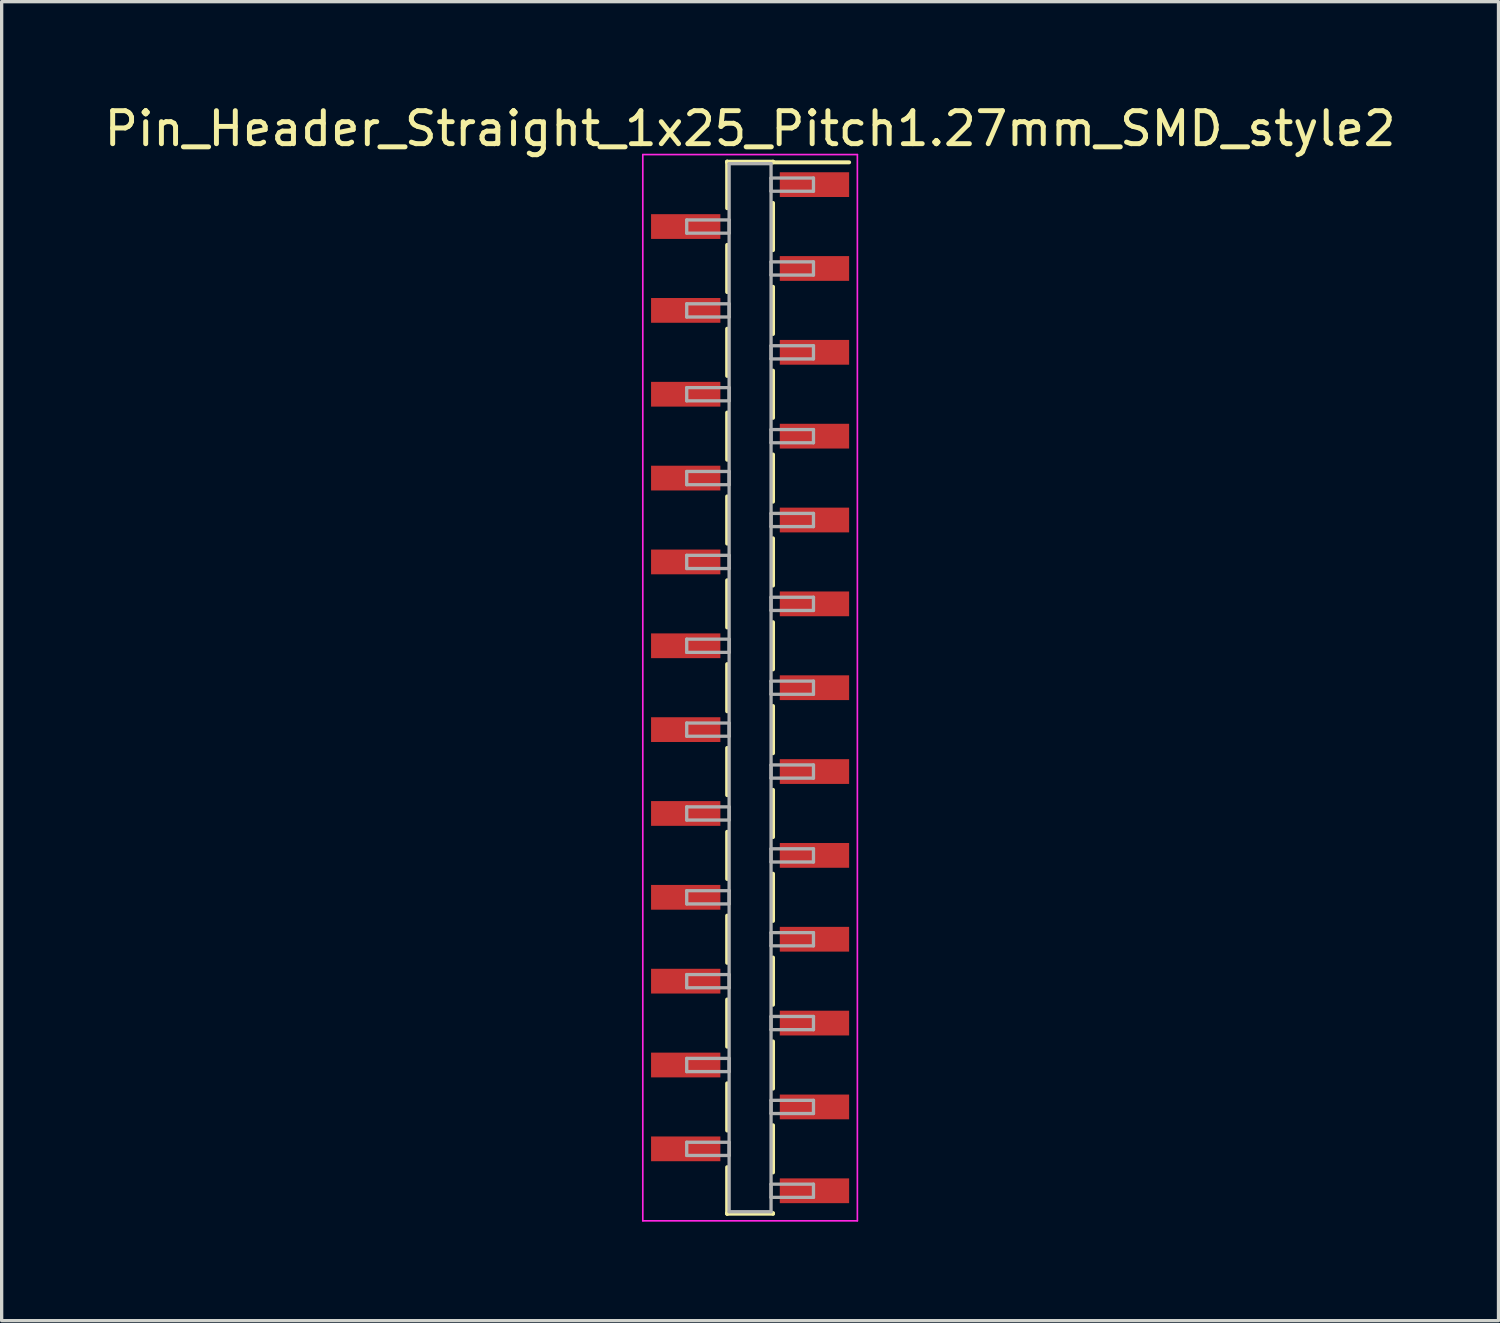
<source format=kicad_pcb>
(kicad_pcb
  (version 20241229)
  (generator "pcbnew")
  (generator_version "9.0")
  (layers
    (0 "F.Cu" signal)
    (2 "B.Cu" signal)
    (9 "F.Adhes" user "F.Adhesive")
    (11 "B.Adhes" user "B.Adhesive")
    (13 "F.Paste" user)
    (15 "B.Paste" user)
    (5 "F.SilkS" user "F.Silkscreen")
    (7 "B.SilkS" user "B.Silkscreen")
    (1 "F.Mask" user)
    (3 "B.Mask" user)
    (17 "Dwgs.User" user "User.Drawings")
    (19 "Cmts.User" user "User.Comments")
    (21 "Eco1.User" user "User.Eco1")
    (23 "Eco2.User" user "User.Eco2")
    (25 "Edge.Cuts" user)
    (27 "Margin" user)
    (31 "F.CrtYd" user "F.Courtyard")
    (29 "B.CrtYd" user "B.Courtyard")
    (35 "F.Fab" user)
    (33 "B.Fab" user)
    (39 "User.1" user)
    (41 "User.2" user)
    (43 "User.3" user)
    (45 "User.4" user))
  (footprint "Pin_Header_Straight_1x25_Pitch1.27mm_SMD_style2"
    (layer "F.Cu")
    (at 19.673 17.783)
    (property "Reference" "Pin_Header_Straight_1x25_Pitch1.27mm_SMD_style2" (at 0 -16.935 0) (layer "F.SilkS") (effects (font (size 1 1) (thickness 0.15))))
    (attr smd)
    (fp_line (start -0.695 -15.935) (end -0.695 -14.525) (stroke (width 0.12) (type solid)) (layer "F.SilkS"))
    (fp_line (start -0.695 -15.935) (end 0.695 -15.935) (stroke (width 0.12) (type solid)) (layer "F.SilkS"))
    (fp_line (start -0.695 -15.915) (end -0.695 -15.935) (stroke (width 0.12) (type solid)) (layer "F.SilkS"))
    (fp_line (start -0.695 -13.415) (end -0.695 -11.985) (stroke (width 0.12) (type solid)) (layer "F.SilkS"))
    (fp_line (start -0.695 -10.875) (end -0.695 -9.445) (stroke (width 0.12) (type solid)) (layer "F.SilkS"))
    (fp_line (start -0.695 -8.335) (end -0.695 -6.905) (stroke (width 0.12) (type solid)) (layer "F.SilkS"))
    (fp_line (start -0.695 -5.795) (end -0.695 -4.365) (stroke (width 0.12) (type solid)) (layer "F.SilkS"))
    (fp_line (start -0.695 -3.255) (end -0.695 -1.825) (stroke (width 0.12) (type solid)) (layer "F.SilkS"))
    (fp_line (start -0.695 -0.715) (end -0.695 0.715) (stroke (width 0.12) (type solid)) (layer "F.SilkS"))
    (fp_line (start -0.695 1.825) (end -0.695 3.255) (stroke (width 0.12) (type solid)) (layer "F.SilkS"))
    (fp_line (start -0.695 4.365) (end -0.695 5.795) (stroke (width 0.12) (type solid)) (layer "F.SilkS"))
    (fp_line (start -0.695 6.905) (end -0.695 8.335) (stroke (width 0.12) (type solid)) (layer "F.SilkS"))
    (fp_line (start -0.695 9.445) (end -0.695 10.875) (stroke (width 0.12) (type solid)) (layer "F.SilkS"))
    (fp_line (start -0.695 11.985) (end -0.695 13.415) (stroke (width 0.12) (type solid)) (layer "F.SilkS"))
    (fp_line (start -0.695 14.525) (end -0.695 15.935) (stroke (width 0.12) (type solid)) (layer "F.SilkS"))
    (fp_line (start -0.695 15.915) (end -0.695 15.935) (stroke (width 0.12) (type solid)) (layer "F.SilkS"))
    (fp_line (start -0.695 15.935) (end 0.695 15.935) (stroke (width 0.12) (type solid)) (layer "F.SilkS"))
    (fp_line (start 0.695 -15.935) (end 0.695 -15.915) (stroke (width 0.12) (type solid)) (layer "F.SilkS"))
    (fp_line (start 0.695 -15.915) (end 3 -15.915) (stroke (width 0.12) (type solid)) (layer "F.SilkS"))
    (fp_line (start 0.695 -14.685) (end 0.695 -13.255) (stroke (width 0.12) (type solid)) (layer "F.SilkS"))
    (fp_line (start 0.695 -12.145) (end 0.695 -10.715) (stroke (width 0.12) (type solid)) (layer "F.SilkS"))
    (fp_line (start 0.695 -9.605) (end 0.695 -8.175) (stroke (width 0.12) (type solid)) (layer "F.SilkS"))
    (fp_line (start 0.695 -7.065) (end 0.695 -5.635) (stroke (width 0.12) (type solid)) (layer "F.SilkS"))
    (fp_line (start 0.695 -4.525) (end 0.695 -3.095) (stroke (width 0.12) (type solid)) (layer "F.SilkS"))
    (fp_line (start 0.695 -1.985) (end 0.695 -0.555) (stroke (width 0.12) (type solid)) (layer "F.SilkS"))
    (fp_line (start 0.695 0.555) (end 0.695 1.985) (stroke (width 0.12) (type solid)) (layer "F.SilkS"))
    (fp_line (start 0.695 3.095) (end 0.695 4.525) (stroke (width 0.12) (type solid)) (layer "F.SilkS"))
    (fp_line (start 0.695 5.635) (end 0.695 7.065) (stroke (width 0.12) (type solid)) (layer "F.SilkS"))
    (fp_line (start 0.695 8.175) (end 0.695 9.605) (stroke (width 0.12) (type solid)) (layer "F.SilkS"))
    (fp_line (start 0.695 10.715) (end 0.695 12.145) (stroke (width 0.12) (type solid)) (layer "F.SilkS"))
    (fp_line (start 0.695 13.255) (end 0.695 14.685) (stroke (width 0.12) (type solid)) (layer "F.SilkS"))
    (fp_line (start 0.695 15.935) (end 0.695 15.915) (stroke (width 0.12) (type solid)) (layer "F.SilkS"))
    (fp_line (start -3.25 -16.15) (end -3.25 16.15) (stroke (width 0.05) (type solid)) (layer "F.CrtYd"))
    (fp_line (start -3.25 16.15) (end 3.25 16.15) (stroke (width 0.05) (type solid)) (layer "F.CrtYd"))
    (fp_line (start 3.25 -16.15) (end -3.25 -16.15) (stroke (width 0.05) (type solid)) (layer "F.CrtYd"))
    (fp_line (start 3.25 16.15) (end 3.25 -16.15) (stroke (width 0.05) (type solid)) (layer "F.CrtYd"))
    (fp_line (start -1.92 -14.17) (end -0.635 -14.17) (stroke (width 0.1) (type solid)) (layer "F.Fab"))
    (fp_line (start -1.92 -13.77) (end -1.92 -14.17) (stroke (width 0.1) (type solid)) (layer "F.Fab"))
    (fp_line (start -1.92 -11.63) (end -0.635 -11.63) (stroke (width 0.1) (type solid)) (layer "F.Fab"))
    (fp_line (start -1.92 -11.23) (end -1.92 -11.63) (stroke (width 0.1) (type solid)) (layer "F.Fab"))
    (fp_line (start -1.92 -9.09) (end -0.635 -9.09) (stroke (width 0.1) (type solid)) (layer "F.Fab"))
    (fp_line (start -1.92 -8.69) (end -1.92 -9.09) (stroke (width 0.1) (type solid)) (layer "F.Fab"))
    (fp_line (start -1.92 -6.55) (end -0.635 -6.55) (stroke (width 0.1) (type solid)) (layer "F.Fab"))
    (fp_line (start -1.92 -6.15) (end -1.92 -6.55) (stroke (width 0.1) (type solid)) (layer "F.Fab"))
    (fp_line (start -1.92 -4.01) (end -0.635 -4.01) (stroke (width 0.1) (type solid)) (layer "F.Fab"))
    (fp_line (start -1.92 -3.61) (end -1.92 -4.01) (stroke (width 0.1) (type solid)) (layer "F.Fab"))
    (fp_line (start -1.92 -1.47) (end -0.635 -1.47) (stroke (width 0.1) (type solid)) (layer "F.Fab"))
    (fp_line (start -1.92 -1.07) (end -1.92 -1.47) (stroke (width 0.1) (type solid)) (layer "F.Fab"))
    (fp_line (start -1.92 1.07) (end -0.635 1.07) (stroke (width 0.1) (type solid)) (layer "F.Fab"))
    (fp_line (start -1.92 1.47) (end -1.92 1.07) (stroke (width 0.1) (type solid)) (layer "F.Fab"))
    (fp_line (start -1.92 3.61) (end -0.635 3.61) (stroke (width 0.1) (type solid)) (layer "F.Fab"))
    (fp_line (start -1.92 4.01) (end -1.92 3.61) (stroke (width 0.1) (type solid)) (layer "F.Fab"))
    (fp_line (start -1.92 6.15) (end -0.635 6.15) (stroke (width 0.1) (type solid)) (layer "F.Fab"))
    (fp_line (start -1.92 6.55) (end -1.92 6.15) (stroke (width 0.1) (type solid)) (layer "F.Fab"))
    (fp_line (start -1.92 8.69) (end -0.635 8.69) (stroke (width 0.1) (type solid)) (layer "F.Fab"))
    (fp_line (start -1.92 9.09) (end -1.92 8.69) (stroke (width 0.1) (type solid)) (layer "F.Fab"))
    (fp_line (start -1.92 11.23) (end -0.635 11.23) (stroke (width 0.1) (type solid)) (layer "F.Fab"))
    (fp_line (start -1.92 11.63) (end -1.92 11.23) (stroke (width 0.1) (type solid)) (layer "F.Fab"))
    (fp_line (start -1.92 13.77) (end -0.635 13.77) (stroke (width 0.1) (type solid)) (layer "F.Fab"))
    (fp_line (start -1.92 14.17) (end -1.92 13.77) (stroke (width 0.1) (type solid)) (layer "F.Fab"))
    (fp_line (start -0.635 -15.875) (end -0.635 15.875) (stroke (width 0.1) (type solid)) (layer "F.Fab"))
    (fp_line (start -0.635 -14.17) (end -0.635 -13.77) (stroke (width 0.1) (type solid)) (layer "F.Fab"))
    (fp_line (start -0.635 -13.77) (end -1.92 -13.77) (stroke (width 0.1) (type solid)) (layer "F.Fab"))
    (fp_line (start -0.635 -11.63) (end -0.635 -11.23) (stroke (width 0.1) (type solid)) (layer "F.Fab"))
    (fp_line (start -0.635 -11.23) (end -1.92 -11.23) (stroke (width 0.1) (type solid)) (layer "F.Fab"))
    (fp_line (start -0.635 -9.09) (end -0.635 -8.69) (stroke (width 0.1) (type solid)) (layer "F.Fab"))
    (fp_line (start -0.635 -8.69) (end -1.92 -8.69) (stroke (width 0.1) (type solid)) (layer "F.Fab"))
    (fp_line (start -0.635 -6.55) (end -0.635 -6.15) (stroke (width 0.1) (type solid)) (layer "F.Fab"))
    (fp_line (start -0.635 -6.15) (end -1.92 -6.15) (stroke (width 0.1) (type solid)) (layer "F.Fab"))
    (fp_line (start -0.635 -4.01) (end -0.635 -3.61) (stroke (width 0.1) (type solid)) (layer "F.Fab"))
    (fp_line (start -0.635 -3.61) (end -1.92 -3.61) (stroke (width 0.1) (type solid)) (layer "F.Fab"))
    (fp_line (start -0.635 -1.47) (end -0.635 -1.07) (stroke (width 0.1) (type solid)) (layer "F.Fab"))
    (fp_line (start -0.635 -1.07) (end -1.92 -1.07) (stroke (width 0.1) (type solid)) (layer "F.Fab"))
    (fp_line (start -0.635 1.07) (end -0.635 1.47) (stroke (width 0.1) (type solid)) (layer "F.Fab"))
    (fp_line (start -0.635 1.47) (end -1.92 1.47) (stroke (width 0.1) (type solid)) (layer "F.Fab"))
    (fp_line (start -0.635 3.61) (end -0.635 4.01) (stroke (width 0.1) (type solid)) (layer "F.Fab"))
    (fp_line (start -0.635 4.01) (end -1.92 4.01) (stroke (width 0.1) (type solid)) (layer "F.Fab"))
    (fp_line (start -0.635 6.15) (end -0.635 6.55) (stroke (width 0.1) (type solid)) (layer "F.Fab"))
    (fp_line (start -0.635 6.55) (end -1.92 6.55) (stroke (width 0.1) (type solid)) (layer "F.Fab"))
    (fp_line (start -0.635 8.69) (end -0.635 9.09) (stroke (width 0.1) (type solid)) (layer "F.Fab"))
    (fp_line (start -0.635 9.09) (end -1.92 9.09) (stroke (width 0.1) (type solid)) (layer "F.Fab"))
    (fp_line (start -0.635 11.23) (end -0.635 11.63) (stroke (width 0.1) (type solid)) (layer "F.Fab"))
    (fp_line (start -0.635 11.63) (end -1.92 11.63) (stroke (width 0.1) (type solid)) (layer "F.Fab"))
    (fp_line (start -0.635 13.77) (end -0.635 14.17) (stroke (width 0.1) (type solid)) (layer "F.Fab"))
    (fp_line (start -0.635 14.17) (end -1.92 14.17) (stroke (width 0.1) (type solid)) (layer "F.Fab"))
    (fp_line (start -0.635 15.875) (end 0.635 15.875) (stroke (width 0.1) (type solid)) (layer "F.Fab"))
    (fp_line (start 0.635 -15.875) (end -0.635 -15.875) (stroke (width 0.1) (type solid)) (layer "F.Fab"))
    (fp_line (start 0.635 -15.44) (end 0.635 -15.04) (stroke (width 0.1) (type solid)) (layer "F.Fab"))
    (fp_line (start 0.635 -15.04) (end 1.92 -15.04) (stroke (width 0.1) (type solid)) (layer "F.Fab"))
    (fp_line (start 0.635 -12.9) (end 0.635 -12.5) (stroke (width 0.1) (type solid)) (layer "F.Fab"))
    (fp_line (start 0.635 -12.5) (end 1.92 -12.5) (stroke (width 0.1) (type solid)) (layer "F.Fab"))
    (fp_line (start 0.635 -10.36) (end 0.635 -9.96) (stroke (width 0.1) (type solid)) (layer "F.Fab"))
    (fp_line (start 0.635 -9.96) (end 1.92 -9.96) (stroke (width 0.1) (type solid)) (layer "F.Fab"))
    (fp_line (start 0.635 -7.82) (end 0.635 -7.42) (stroke (width 0.1) (type solid)) (layer "F.Fab"))
    (fp_line (start 0.635 -7.42) (end 1.92 -7.42) (stroke (width 0.1) (type solid)) (layer "F.Fab"))
    (fp_line (start 0.635 -5.28) (end 0.635 -4.88) (stroke (width 0.1) (type solid)) (layer "F.Fab"))
    (fp_line (start 0.635 -4.88) (end 1.92 -4.88) (stroke (width 0.1) (type solid)) (layer "F.Fab"))
    (fp_line (start 0.635 -2.74) (end 0.635 -2.34) (stroke (width 0.1) (type solid)) (layer "F.Fab"))
    (fp_line (start 0.635 -2.34) (end 1.92 -2.34) (stroke (width 0.1) (type solid)) (layer "F.Fab"))
    (fp_line (start 0.635 -0.2) (end 0.635 0.2) (stroke (width 0.1) (type solid)) (layer "F.Fab"))
    (fp_line (start 0.635 0.2) (end 1.92 0.2) (stroke (width 0.1) (type solid)) (layer "F.Fab"))
    (fp_line (start 0.635 2.34) (end 0.635 2.74) (stroke (width 0.1) (type solid)) (layer "F.Fab"))
    (fp_line (start 0.635 2.74) (end 1.92 2.74) (stroke (width 0.1) (type solid)) (layer "F.Fab"))
    (fp_line (start 0.635 4.88) (end 0.635 5.28) (stroke (width 0.1) (type solid)) (layer "F.Fab"))
    (fp_line (start 0.635 5.28) (end 1.92 5.28) (stroke (width 0.1) (type solid)) (layer "F.Fab"))
    (fp_line (start 0.635 7.42) (end 0.635 7.82) (stroke (width 0.1) (type solid)) (layer "F.Fab"))
    (fp_line (start 0.635 7.82) (end 1.92 7.82) (stroke (width 0.1) (type solid)) (layer "F.Fab"))
    (fp_line (start 0.635 9.96) (end 0.635 10.36) (stroke (width 0.1) (type solid)) (layer "F.Fab"))
    (fp_line (start 0.635 10.36) (end 1.92 10.36) (stroke (width 0.1) (type solid)) (layer "F.Fab"))
    (fp_line (start 0.635 12.5) (end 0.635 12.9) (stroke (width 0.1) (type solid)) (layer "F.Fab"))
    (fp_line (start 0.635 12.9) (end 1.92 12.9) (stroke (width 0.1) (type solid)) (layer "F.Fab"))
    (fp_line (start 0.635 15.04) (end 0.635 15.44) (stroke (width 0.1) (type solid)) (layer "F.Fab"))
    (fp_line (start 0.635 15.44) (end 1.92 15.44) (stroke (width 0.1) (type solid)) (layer "F.Fab"))
    (fp_line (start 0.635 15.875) (end 0.635 -15.875) (stroke (width 0.1) (type solid)) (layer "F.Fab"))
    (fp_line (start 1.92 -15.44) (end 0.635 -15.44) (stroke (width 0.1) (type solid)) (layer "F.Fab"))
    (fp_line (start 1.92 -15.04) (end 1.92 -15.44) (stroke (width 0.1) (type solid)) (layer "F.Fab"))
    (fp_line (start 1.92 -12.9) (end 0.635 -12.9) (stroke (width 0.1) (type solid)) (layer "F.Fab"))
    (fp_line (start 1.92 -12.5) (end 1.92 -12.9) (stroke (width 0.1) (type solid)) (layer "F.Fab"))
    (fp_line (start 1.92 -10.36) (end 0.635 -10.36) (stroke (width 0.1) (type solid)) (layer "F.Fab"))
    (fp_line (start 1.92 -9.96) (end 1.92 -10.36) (stroke (width 0.1) (type solid)) (layer "F.Fab"))
    (fp_line (start 1.92 -7.82) (end 0.635 -7.82) (stroke (width 0.1) (type solid)) (layer "F.Fab"))
    (fp_line (start 1.92 -7.42) (end 1.92 -7.82) (stroke (width 0.1) (type solid)) (layer "F.Fab"))
    (fp_line (start 1.92 -5.28) (end 0.635 -5.28) (stroke (width 0.1) (type solid)) (layer "F.Fab"))
    (fp_line (start 1.92 -4.88) (end 1.92 -5.28) (stroke (width 0.1) (type solid)) (layer "F.Fab"))
    (fp_line (start 1.92 -2.74) (end 0.635 -2.74) (stroke (width 0.1) (type solid)) (layer "F.Fab"))
    (fp_line (start 1.92 -2.34) (end 1.92 -2.74) (stroke (width 0.1) (type solid)) (layer "F.Fab"))
    (fp_line (start 1.92 -0.2) (end 0.635 -0.2) (stroke (width 0.1) (type solid)) (layer "F.Fab"))
    (fp_line (start 1.92 0.2) (end 1.92 -0.2) (stroke (width 0.1) (type solid)) (layer "F.Fab"))
    (fp_line (start 1.92 2.34) (end 0.635 2.34) (stroke (width 0.1) (type solid)) (layer "F.Fab"))
    (fp_line (start 1.92 2.74) (end 1.92 2.34) (stroke (width 0.1) (type solid)) (layer "F.Fab"))
    (fp_line (start 1.92 4.88) (end 0.635 4.88) (stroke (width 0.1) (type solid)) (layer "F.Fab"))
    (fp_line (start 1.92 5.28) (end 1.92 4.88) (stroke (width 0.1) (type solid)) (layer "F.Fab"))
    (fp_line (start 1.92 7.42) (end 0.635 7.42) (stroke (width 0.1) (type solid)) (layer "F.Fab"))
    (fp_line (start 1.92 7.82) (end 1.92 7.42) (stroke (width 0.1) (type solid)) (layer "F.Fab"))
    (fp_line (start 1.92 9.96) (end 0.635 9.96) (stroke (width 0.1) (type solid)) (layer "F.Fab"))
    (fp_line (start 1.92 10.36) (end 1.92 9.96) (stroke (width 0.1) (type solid)) (layer "F.Fab"))
    (fp_line (start 1.92 12.5) (end 0.635 12.5) (stroke (width 0.1) (type solid)) (layer "F.Fab"))
    (fp_line (start 1.92 12.9) (end 1.92 12.5) (stroke (width 0.1) (type solid)) (layer "F.Fab"))
    (fp_line (start 1.92 15.04) (end 0.635 15.04) (stroke (width 0.1) (type solid)) (layer "F.Fab"))
    (fp_line (start 1.92 15.44) (end 1.92 15.04) (stroke (width 0.1) (type solid)) (layer "F.Fab"))
    (pad "1" smd rect (at 1.95 -15.24) (size 2.1 0.75) (layers "F.Cu" "F.Mask"))
    (pad "2" smd rect (at -1.95 -13.97) (size 2.1 0.75) (layers "F.Cu" "F.Mask"))
    (pad "3" smd rect (at 1.95 -12.7) (size 2.1 0.75) (layers "F.Cu" "F.Mask"))
    (pad "4" smd rect (at -1.95 -11.43) (size 2.1 0.75) (layers "F.Cu" "F.Mask"))
    (pad "5" smd rect (at 1.95 -10.16) (size 2.1 0.75) (layers "F.Cu" "F.Mask"))
    (pad "6" smd rect (at -1.95 -8.89) (size 2.1 0.75) (layers "F.Cu" "F.Mask"))
    (pad "7" smd rect (at 1.95 -7.62) (size 2.1 0.75) (layers "F.Cu" "F.Mask"))
    (pad "8" smd rect (at -1.95 -6.35) (size 2.1 0.75) (layers "F.Cu" "F.Mask"))
    (pad "9" smd rect (at 1.95 -5.08) (size 2.1 0.75) (layers "F.Cu" "F.Mask"))
    (pad "10" smd rect (at -1.95 -3.81) (size 2.1 0.75) (layers "F.Cu" "F.Mask"))
    (pad "11" smd rect (at 1.95 -2.54) (size 2.1 0.75) (layers "F.Cu" "F.Mask"))
    (pad "12" smd rect (at -1.95 -1.27) (size 2.1 0.75) (layers "F.Cu" "F.Mask"))
    (pad "13" smd rect (at 1.95 0) (size 2.1 0.75) (layers "F.Cu" "F.Mask"))
    (pad "14" smd rect (at -1.95 1.27) (size 2.1 0.75) (layers "F.Cu" "F.Mask"))
    (pad "15" smd rect (at 1.95 2.54) (size 2.1 0.75) (layers "F.Cu" "F.Mask"))
    (pad "16" smd rect (at -1.95 3.81) (size 2.1 0.75) (layers "F.Cu" "F.Mask"))
    (pad "17" smd rect (at 1.95 5.08) (size 2.1 0.75) (layers "F.Cu" "F.Mask"))
    (pad "18" smd rect (at -1.95 6.35) (size 2.1 0.75) (layers "F.Cu" "F.Mask"))
    (pad "19" smd rect (at 1.95 7.62) (size 2.1 0.75) (layers "F.Cu" "F.Mask"))
    (pad "20" smd rect (at -1.95 8.89) (size 2.1 0.75) (layers "F.Cu" "F.Mask"))
    (pad "21" smd rect (at 1.95 10.16) (size 2.1 0.75) (layers "F.Cu" "F.Mask"))
    (pad "22" smd rect (at -1.95 11.43) (size 2.1 0.75) (layers "F.Cu" "F.Mask"))
    (pad "23" smd rect (at 1.95 12.7) (size 2.1 0.75) (layers "F.Cu" "F.Mask"))
    (pad "24" smd rect (at -1.95 13.97) (size 2.1 0.75) (layers "F.Cu" "F.Mask"))
    (pad "25" smd rect (at 1.95 15.24) (size 2.1 0.75) (layers "F.Cu" "F.Mask")))
  (gr_rect
    (start -3 -3)
    (end 42.345 36.958)
    (stroke (width 0.1) (type default))
    (fill no)
    (layer "Edge.Cuts")))
</source>
